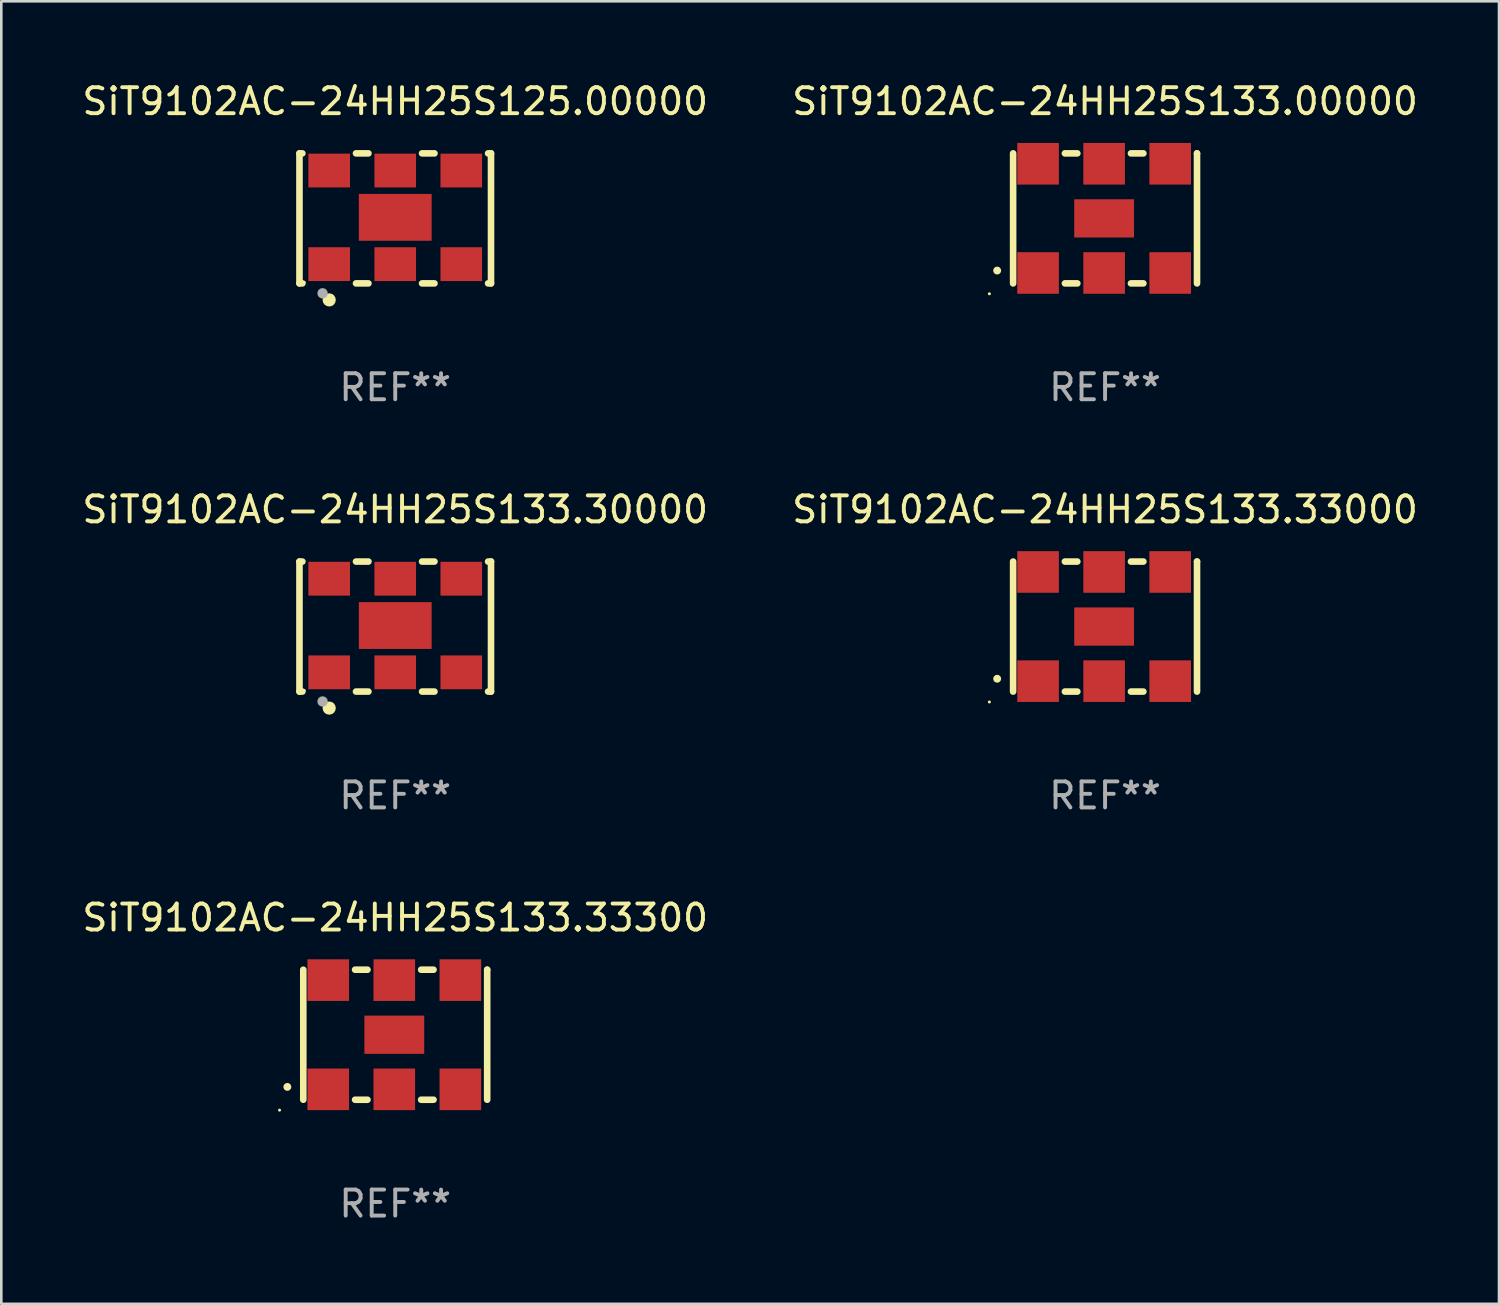
<source format=kicad_pcb>
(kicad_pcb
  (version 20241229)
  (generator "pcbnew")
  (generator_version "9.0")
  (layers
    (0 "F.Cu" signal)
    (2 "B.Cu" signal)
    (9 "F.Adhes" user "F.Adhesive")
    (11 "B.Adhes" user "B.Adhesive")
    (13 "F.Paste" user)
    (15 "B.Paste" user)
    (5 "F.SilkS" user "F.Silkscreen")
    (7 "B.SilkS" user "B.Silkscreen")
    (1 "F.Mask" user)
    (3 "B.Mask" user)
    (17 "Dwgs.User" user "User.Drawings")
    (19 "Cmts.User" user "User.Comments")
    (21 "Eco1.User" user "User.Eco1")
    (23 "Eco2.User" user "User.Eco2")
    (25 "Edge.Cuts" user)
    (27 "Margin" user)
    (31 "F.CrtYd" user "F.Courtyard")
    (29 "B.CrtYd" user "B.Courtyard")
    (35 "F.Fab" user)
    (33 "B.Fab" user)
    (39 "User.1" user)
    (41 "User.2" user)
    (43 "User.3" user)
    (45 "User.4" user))
  (footprint "SiT9102AC-24HH25S133.33300"
    (layer "F.Cu")
    (at 12.149 36.741)
    (property "Reference" "SiT9102AC-24HH25S133.33300" (at 0 -4.5 0) (layer "F.SilkS") (effects (font (size 1 1) (thickness 0.15))))
    (attr through_hole)
    (fp_line (start -3.536 -2.5) (end -3.536 2.5) (stroke (width 0.254) (type solid)) (layer "F.SilkS"))
    (fp_line (start -1.544 2.5) (end -1.067 2.5) (stroke (width 0.254) (type solid)) (layer "F.SilkS"))
    (fp_line (start -1.067 -2.5) (end -1.544 -2.5) (stroke (width 0.254) (type solid)) (layer "F.SilkS"))
    (fp_line (start 0.996 2.5) (end 1.473 2.5) (stroke (width 0.254) (type solid)) (layer "F.SilkS"))
    (fp_line (start 1.473 -2.5) (end 0.996 -2.5) (stroke (width 0.254) (type solid)) (layer "F.SilkS"))
    (fp_line (start 3.536 -2.5) (end 3.536 -2.5) (stroke (width 0.254) (type solid)) (layer "F.SilkS"))
    (fp_line (start 3.536 2.5) (end 3.536 -2.5) (stroke (width 0.254) (type solid)) (layer "F.SilkS"))
    (fp_arc (start -4.150432 2.006604) (mid -4.149162 2.006599) (end -4.147892 2.006604) (stroke (width 0.3) (type solid)) (layer "F.SilkS"))
    (fp_circle (center -4.449 2.9) (end -4.419 2.9) (stroke (width 0.06) (type solid)) (fill no) (layer "F.SilkS"))
    (fp_text user "REF**" (at 0 6.5 0) (layer "F.Fab") (effects (font (size 1 1) (thickness 0.15))))
    (pad "1" smd rect (at -2.576 2.1) (size 1.6 1.6) (layers "F.Cu" "F.Mask" "F.Paste"))
    (pad "2" smd rect (at -0.036 2.1) (size 1.6 1.6) (layers "F.Cu" "F.Mask" "F.Paste"))
    (pad "3" smd rect (at 2.504 2.1) (size 1.6 1.6) (layers "F.Cu" "F.Mask" "F.Paste"))
    (pad "4" smd rect (at 2.504 -2.1) (size 1.6 1.6) (layers "F.Cu" "F.Mask" "F.Paste"))
    (pad "5" smd rect (at -0.036 -2.1) (size 1.6 1.6) (layers "F.Cu" "F.Mask" "F.Paste"))
    (pad "6" smd rect (at -2.576 -2.1) (size 1.6 1.6) (layers "F.Cu" "F.Mask" "F.Paste"))
    (pad "7" smd rect (at -0.036 0) (size 2.3 1.47) (layers "F.Cu" "F.Mask" "F.Paste")))
  (footprint "SiT9102AC-24HH25S125.00000"
    (layer "F.Cu")
    (at 12.149 5.348)
    (property "Reference" "SiT9102AC-24HH25S125.00000" (at 0 -4.5 0) (layer "F.SilkS") (effects (font (size 1 1) (thickness 0.15))))
    (attr through_hole)
    (fp_line (start -3.683 -2.5) (end -3.571 -2.5) (stroke (width 0.254) (type solid)) (layer "F.SilkS"))
    (fp_line (start -3.683 2.5) (end -3.683 -2.5) (stroke (width 0.254) (type solid)) (layer "F.SilkS"))
    (fp_line (start -3.683 2.5) (end -3.571 2.5) (stroke (width 0.254) (type solid)) (layer "F.SilkS"))
    (fp_line (start -1.509 -2.5) (end -1.031 -2.5) (stroke (width 0.254) (type solid)) (layer "F.SilkS"))
    (fp_line (start -1.509 2.5) (end -1.031 2.5) (stroke (width 0.254) (type solid)) (layer "F.SilkS"))
    (fp_line (start 1.031 -2.5) (end 1.509 -2.5) (stroke (width 0.254) (type solid)) (layer "F.SilkS"))
    (fp_line (start 1.031 2.5) (end 1.509 2.5) (stroke (width 0.254) (type solid)) (layer "F.SilkS"))
    (fp_line (start 3.571 -2.5) (end 3.683 -2.5) (stroke (width 0.254) (type solid)) (layer "F.SilkS"))
    (fp_line (start 3.571 2.5) (end 3.683 2.5) (stroke (width 0.254) (type solid)) (layer "F.SilkS"))
    (fp_line (start 3.683 2.5) (end 3.683 -2.5) (stroke (width 0.254) (type solid)) (layer "F.SilkS"))
    (fp_circle (center -3.5 2.46) (end -3.47 2.46) (stroke (width 0.06) (type solid)) (fill no) (layer "F.SilkS"))
    (fp_circle (center -2.54 3.135) (end -2.413 3.135) (stroke (width 0.254) (type solid)) (fill no) (layer "F.SilkS"))
    (fp_circle (center -2.794 2.881) (end -2.694 2.881) (stroke (width 0.2) (type solid)) (fill no) (layer "F.Fab"))
    (fp_text user "REF**" (at 0 6.5 0) (layer "F.Fab") (effects (font (size 1 1) (thickness 0.15))))
    (pad "1" smd rect (at -2.54 1.76) (size 1.6 1.3) (layers "F.Cu" "F.Mask" "F.Paste"))
    (pad "2" smd rect (at 0 1.76) (size 1.6 1.3) (layers "F.Cu" "F.Mask" "F.Paste"))
    (pad "3" smd rect (at 2.54 1.76) (size 1.6 1.3) (layers "F.Cu" "F.Mask" "F.Paste"))
    (pad "4" smd rect (at 2.54 -1.84) (size 1.6 1.3) (layers "F.Cu" "F.Mask" "F.Paste"))
    (pad "5" smd rect (at 0 -1.84) (size 1.6 1.3) (layers "F.Cu" "F.Mask" "F.Paste"))
    (pad "6" smd rect (at -2.54 -1.84) (size 1.6 1.3) (layers "F.Cu" "F.Mask" "F.Paste"))
    (pad "7" smd rect (at 0 -0.04) (size 2.8 1.8) (layers "F.Cu" "F.Mask" "F.Paste")))
  (footprint "SiT9102AC-24HH25S133.00000"
    (layer "F.Cu")
    (at 39.446 5.348)
    (property "Reference" "SiT9102AC-24HH25S133.00000" (at 0 -4.5 0) (layer "F.SilkS") (effects (font (size 1 1) (thickness 0.15))))
    (attr through_hole)
    (fp_line (start -3.536 -2.5) (end -3.536 2.5) (stroke (width 0.254) (type solid)) (layer "F.SilkS"))
    (fp_line (start -1.544 2.5) (end -1.067 2.5) (stroke (width 0.254) (type solid)) (layer "F.SilkS"))
    (fp_line (start -1.067 -2.5) (end -1.544 -2.5) (stroke (width 0.254) (type solid)) (layer "F.SilkS"))
    (fp_line (start 0.996 2.5) (end 1.473 2.5) (stroke (width 0.254) (type solid)) (layer "F.SilkS"))
    (fp_line (start 1.473 -2.5) (end 0.996 -2.5) (stroke (width 0.254) (type solid)) (layer "F.SilkS"))
    (fp_line (start 3.536 -2.5) (end 3.536 -2.5) (stroke (width 0.254) (type solid)) (layer "F.SilkS"))
    (fp_line (start 3.536 2.5) (end 3.536 -2.5) (stroke (width 0.254) (type solid)) (layer "F.SilkS"))
    (fp_arc (start -4.150432 2.006604) (mid -4.149162 2.006599) (end -4.147892 2.006604) (stroke (width 0.3) (type solid)) (layer "F.SilkS"))
    (fp_circle (center -4.449 2.9) (end -4.419 2.9) (stroke (width 0.06) (type solid)) (fill no) (layer "F.SilkS"))
    (fp_text user "REF**" (at 0 6.5 0) (layer "F.Fab") (effects (font (size 1 1) (thickness 0.15))))
    (pad "1" smd rect (at -2.576 2.1) (size 1.6 1.6) (layers "F.Cu" "F.Mask" "F.Paste"))
    (pad "2" smd rect (at -0.036 2.1) (size 1.6 1.6) (layers "F.Cu" "F.Mask" "F.Paste"))
    (pad "3" smd rect (at 2.504 2.1) (size 1.6 1.6) (layers "F.Cu" "F.Mask" "F.Paste"))
    (pad "4" smd rect (at 2.504 -2.1) (size 1.6 1.6) (layers "F.Cu" "F.Mask" "F.Paste"))
    (pad "5" smd rect (at -0.036 -2.1) (size 1.6 1.6) (layers "F.Cu" "F.Mask" "F.Paste"))
    (pad "6" smd rect (at -2.576 -2.1) (size 1.6 1.6) (layers "F.Cu" "F.Mask" "F.Paste"))
    (pad "7" smd rect (at -0.036 0) (size 2.3 1.47) (layers "F.Cu" "F.Mask" "F.Paste")))
  (footprint "SiT9102AC-24HH25S133.33000"
    (layer "F.Cu")
    (at 39.446 21.045)
    (property "Reference" "SiT9102AC-24HH25S133.33000" (at 0 -4.5 0) (layer "F.SilkS") (effects (font (size 1 1) (thickness 0.15))))
    (attr through_hole)
    (fp_line (start -3.536 -2.5) (end -3.536 2.5) (stroke (width 0.254) (type solid)) (layer "F.SilkS"))
    (fp_line (start -1.544 2.5) (end -1.067 2.5) (stroke (width 0.254) (type solid)) (layer "F.SilkS"))
    (fp_line (start -1.067 -2.5) (end -1.544 -2.5) (stroke (width 0.254) (type solid)) (layer "F.SilkS"))
    (fp_line (start 0.996 2.5) (end 1.473 2.5) (stroke (width 0.254) (type solid)) (layer "F.SilkS"))
    (fp_line (start 1.473 -2.5) (end 0.996 -2.5) (stroke (width 0.254) (type solid)) (layer "F.SilkS"))
    (fp_line (start 3.536 -2.5) (end 3.536 -2.5) (stroke (width 0.254) (type solid)) (layer "F.SilkS"))
    (fp_line (start 3.536 2.5) (end 3.536 -2.5) (stroke (width 0.254) (type solid)) (layer "F.SilkS"))
    (fp_arc (start -4.150432 2.006604) (mid -4.149162 2.006599) (end -4.147892 2.006604) (stroke (width 0.3) (type solid)) (layer "F.SilkS"))
    (fp_circle (center -4.449 2.9) (end -4.419 2.9) (stroke (width 0.06) (type solid)) (fill no) (layer "F.SilkS"))
    (fp_text user "REF**" (at 0 6.5 0) (layer "F.Fab") (effects (font (size 1 1) (thickness 0.15))))
    (pad "1" smd rect (at -2.576 2.1) (size 1.6 1.6) (layers "F.Cu" "F.Mask" "F.Paste"))
    (pad "2" smd rect (at -0.036 2.1) (size 1.6 1.6) (layers "F.Cu" "F.Mask" "F.Paste"))
    (pad "3" smd rect (at 2.504 2.1) (size 1.6 1.6) (layers "F.Cu" "F.Mask" "F.Paste"))
    (pad "4" smd rect (at 2.504 -2.1) (size 1.6 1.6) (layers "F.Cu" "F.Mask" "F.Paste"))
    (pad "5" smd rect (at -0.036 -2.1) (size 1.6 1.6) (layers "F.Cu" "F.Mask" "F.Paste"))
    (pad "6" smd rect (at -2.576 -2.1) (size 1.6 1.6) (layers "F.Cu" "F.Mask" "F.Paste"))
    (pad "7" smd rect (at -0.036 0) (size 2.3 1.47) (layers "F.Cu" "F.Mask" "F.Paste")))
  (footprint "SiT9102AC-24HH25S133.30000"
    (layer "F.Cu")
    (at 12.149 21.045)
    (property "Reference" "SiT9102AC-24HH25S133.30000" (at 0 -4.5 0) (layer "F.SilkS") (effects (font (size 1 1) (thickness 0.15))))
    (attr through_hole)
    (fp_line (start -3.683 -2.5) (end -3.571 -2.5) (stroke (width 0.254) (type solid)) (layer "F.SilkS"))
    (fp_line (start -3.683 2.5) (end -3.683 -2.5) (stroke (width 0.254) (type solid)) (layer "F.SilkS"))
    (fp_line (start -3.683 2.5) (end -3.571 2.5) (stroke (width 0.254) (type solid)) (layer "F.SilkS"))
    (fp_line (start -1.509 -2.5) (end -1.031 -2.5) (stroke (width 0.254) (type solid)) (layer "F.SilkS"))
    (fp_line (start -1.509 2.5) (end -1.031 2.5) (stroke (width 0.254) (type solid)) (layer "F.SilkS"))
    (fp_line (start 1.031 -2.5) (end 1.509 -2.5) (stroke (width 0.254) (type solid)) (layer "F.SilkS"))
    (fp_line (start 1.031 2.5) (end 1.509 2.5) (stroke (width 0.254) (type solid)) (layer "F.SilkS"))
    (fp_line (start 3.571 -2.5) (end 3.683 -2.5) (stroke (width 0.254) (type solid)) (layer "F.SilkS"))
    (fp_line (start 3.571 2.5) (end 3.683 2.5) (stroke (width 0.254) (type solid)) (layer "F.SilkS"))
    (fp_line (start 3.683 2.5) (end 3.683 -2.5) (stroke (width 0.254) (type solid)) (layer "F.SilkS"))
    (fp_circle (center -3.5 2.46) (end -3.47 2.46) (stroke (width 0.06) (type solid)) (fill no) (layer "F.SilkS"))
    (fp_circle (center -2.54 3.135) (end -2.413 3.135) (stroke (width 0.254) (type solid)) (fill no) (layer "F.SilkS"))
    (fp_circle (center -2.794 2.881) (end -2.694 2.881) (stroke (width 0.2) (type solid)) (fill no) (layer "F.Fab"))
    (fp_text user "REF**" (at 0 6.5 0) (layer "F.Fab") (effects (font (size 1 1) (thickness 0.15))))
    (pad "1" smd rect (at -2.54 1.76) (size 1.6 1.3) (layers "F.Cu" "F.Mask" "F.Paste"))
    (pad "2" smd rect (at 0 1.76) (size 1.6 1.3) (layers "F.Cu" "F.Mask" "F.Paste"))
    (pad "3" smd rect (at 2.54 1.76) (size 1.6 1.3) (layers "F.Cu" "F.Mask" "F.Paste"))
    (pad "4" smd rect (at 2.54 -1.84) (size 1.6 1.3) (layers "F.Cu" "F.Mask" "F.Paste"))
    (pad "5" smd rect (at 0 -1.84) (size 1.6 1.3) (layers "F.Cu" "F.Mask" "F.Paste"))
    (pad "6" smd rect (at -2.54 -1.84) (size 1.6 1.3) (layers "F.Cu" "F.Mask" "F.Paste"))
    (pad "7" smd rect (at 0 -0.04) (size 2.8 1.8) (layers "F.Cu" "F.Mask" "F.Paste")))
  (gr_rect
    (start -3 -3)
    (end 54.595 47.09)
    (stroke (width 0.1) (type default))
    (fill no)
    (layer "Edge.Cuts")))
</source>
